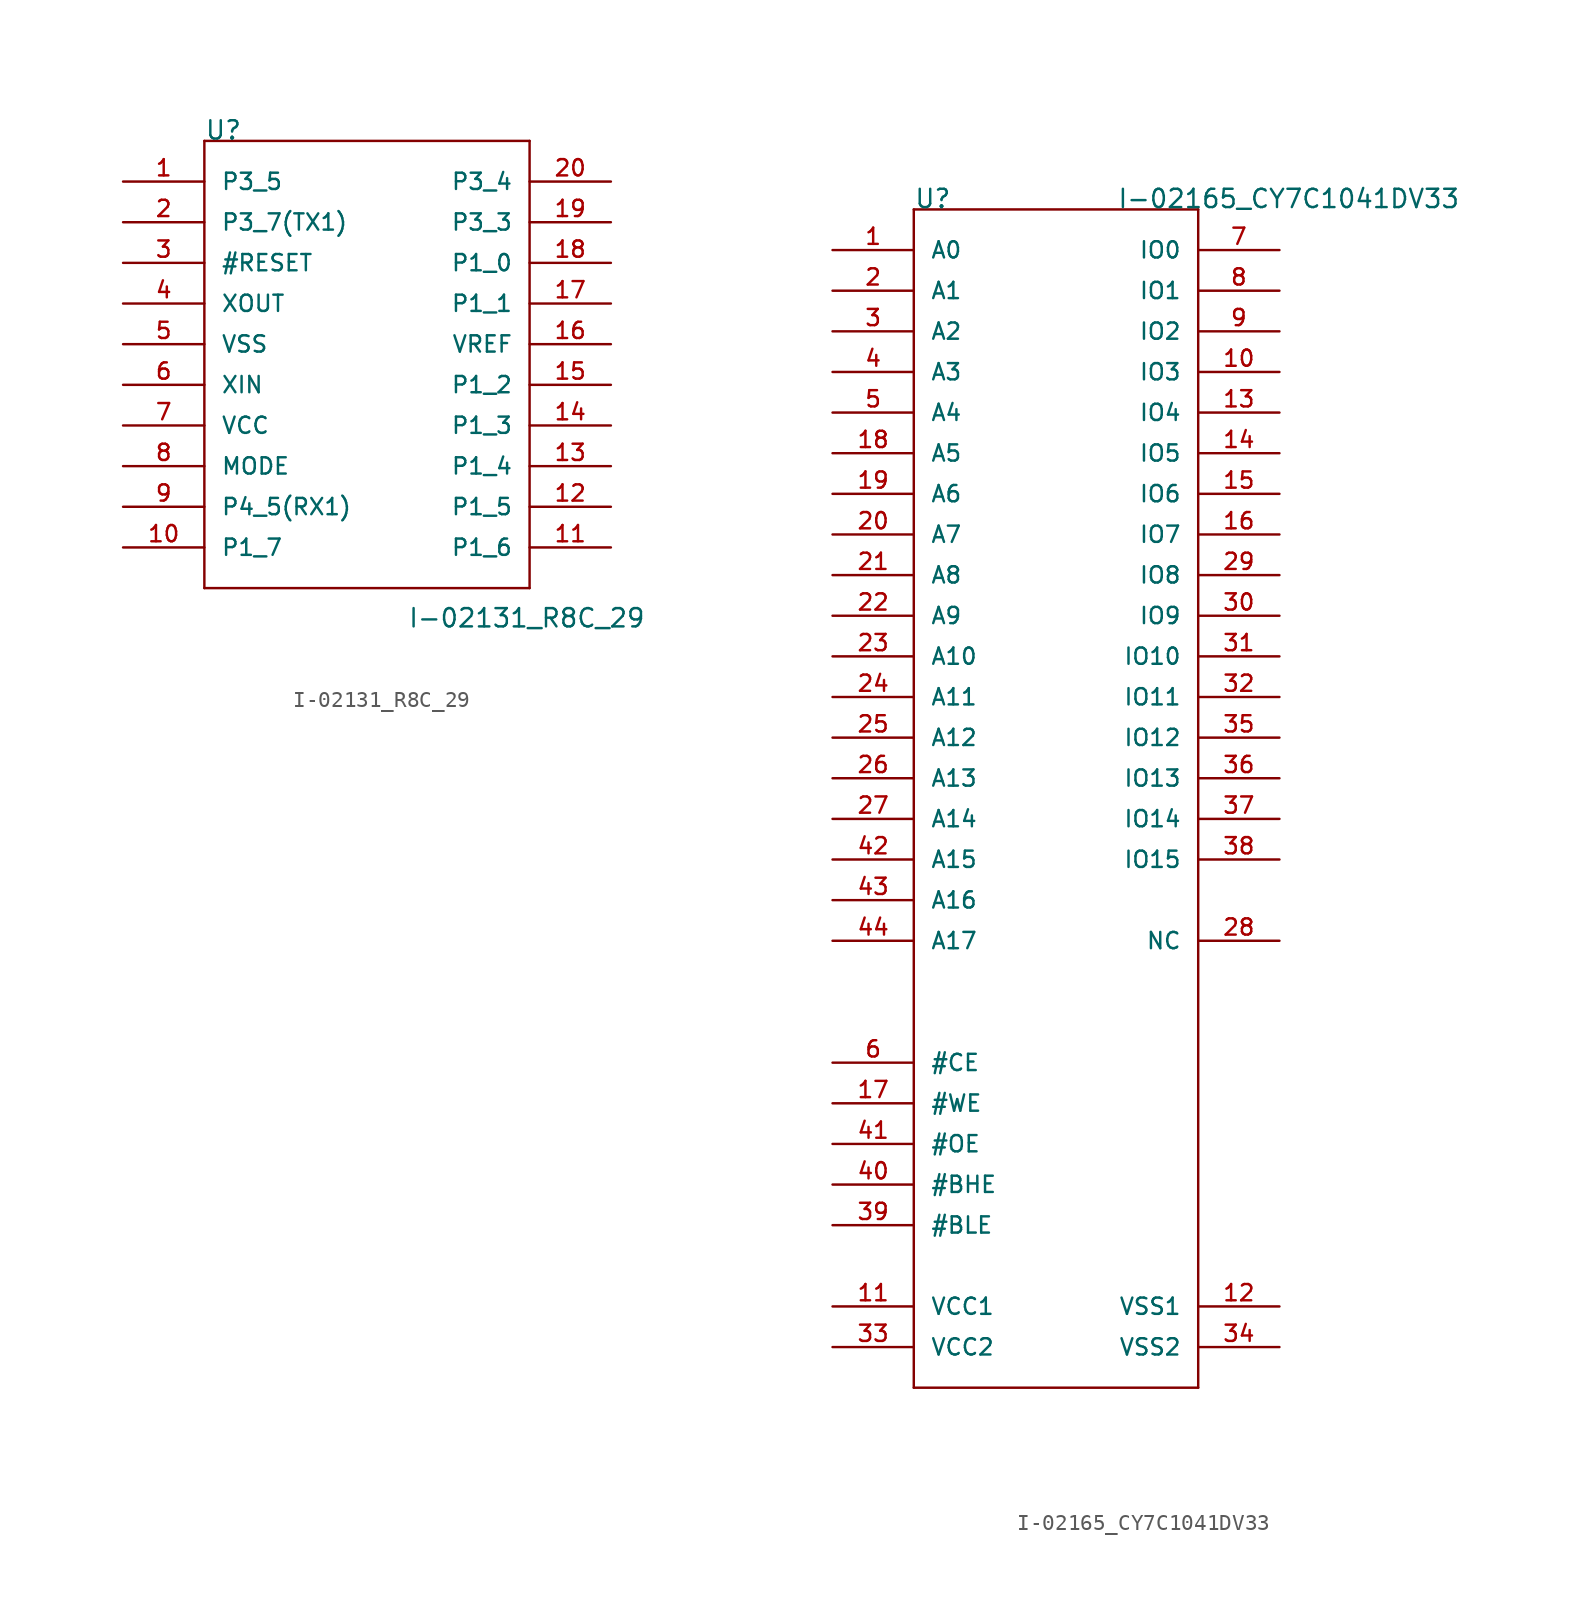
<source format=kicad_sym>
(kicad_symbol_lib
  (version 20211014)
  (generator kicad_symbol_editor)
  (symbol "I-02131_R8C_29"
    (pin_names
      (offset 1.016))
    (property "Reference" "U"
      (at -10.16 5.08 0)
      (effects (font (size 1.143 1.143)) (justify left bottom)))
    (property "Value" "I-02131_R8C_29"
      (at 2.54 -25.4 0)
      (effects (font (size 1.143 1.143)) (justify left bottom)))
    (property "ki_locked" ""
      (at 0 0 0)
      (effects (font (size 1.27 1.27))))
    (symbol "I-02131_R8C_29_1_0"
      (polyline (pts (xy -10.16 -22.86) (xy -10.16 5.08)) (stroke (width 0) (type default) (color 0 0 0 0)) (fill (type none)))
      (polyline (pts (xy -10.16 5.08) (xy 10.16 5.08)) (stroke (width 0) (type default) (color 0 0 0 0)) (fill (type none)))
      (polyline (pts (xy 10.16 -22.86) (xy -10.16 -22.86)) (stroke (width 0) (type default) (color 0 0 0 0)) (fill (type none)))
      (polyline (pts (xy 10.16 5.08) (xy 10.16 -22.86)) (stroke (width 0) (type default) (color 0 0 0 0)) (fill (type none))))
    (symbol "I-02131_R8C_29_1_1"
      (pin bidirectional line (at -15.24 2.54 0) (length 5.08) (name "P3_5" (effects (font (size 1.016 1.016)))) (number "1" (effects (font (size 1.016 1.016)))))
      (pin bidirectional line (at -15.24 -20.32 0) (length 5.08) (name "P1_7" (effects (font (size 1.016 1.016)))) (number "10" (effects (font (size 1.016 1.016)))))
      (pin bidirectional line (at 15.24 -20.32 180) (length 5.08) (name "P1_6" (effects (font (size 1.016 1.016)))) (number "11" (effects (font (size 1.016 1.016)))))
      (pin bidirectional line (at 15.24 -17.78 180) (length 5.08) (name "P1_5" (effects (font (size 1.016 1.016)))) (number "12" (effects (font (size 1.016 1.016)))))
      (pin bidirectional line (at 15.24 -15.24 180) (length 5.08) (name "P1_4" (effects (font (size 1.016 1.016)))) (number "13" (effects (font (size 1.016 1.016)))))
      (pin bidirectional line (at 15.24 -12.7 180) (length 5.08) (name "P1_3" (effects (font (size 1.016 1.016)))) (number "14" (effects (font (size 1.016 1.016)))))
      (pin bidirectional line (at 15.24 -10.16 180) (length 5.08) (name "P1_2" (effects (font (size 1.016 1.016)))) (number "15" (effects (font (size 1.016 1.016)))))
      (pin bidirectional line (at 15.24 -7.62 180) (length 5.08) (name "VREF" (effects (font (size 1.016 1.016)))) (number "16" (effects (font (size 1.016 1.016)))))
      (pin bidirectional line (at 15.24 -5.08 180) (length 5.08) (name "P1_1" (effects (font (size 1.016 1.016)))) (number "17" (effects (font (size 1.016 1.016)))))
      (pin bidirectional line (at 15.24 -2.54 180) (length 5.08) (name "P1_0" (effects (font (size 1.016 1.016)))) (number "18" (effects (font (size 1.016 1.016)))))
      (pin bidirectional line (at 15.24 0 180) (length 5.08) (name "P3_3" (effects (font (size 1.016 1.016)))) (number "19" (effects (font (size 1.016 1.016)))))
      (pin bidirectional line (at -15.24 0 0) (length 5.08) (name "P3_7(TX1)" (effects (font (size 1.016 1.016)))) (number "2" (effects (font (size 1.016 1.016)))))
      (pin bidirectional line (at 15.24 2.54 180) (length 5.08) (name "P3_4" (effects (font (size 1.016 1.016)))) (number "20" (effects (font (size 1.016 1.016)))))
      (pin bidirectional line (at -15.24 -2.54 0) (length 5.08) (name "#RESET" (effects (font (size 1.016 1.016)))) (number "3" (effects (font (size 1.016 1.016)))))
      (pin bidirectional line (at -15.24 -5.08 0) (length 5.08) (name "XOUT" (effects (font (size 1.016 1.016)))) (number "4" (effects (font (size 1.016 1.016)))))
      (pin bidirectional line (at -15.24 -7.62 0) (length 5.08) (name "VSS" (effects (font (size 1.016 1.016)))) (number "5" (effects (font (size 1.016 1.016)))))
      (pin bidirectional line (at -15.24 -10.16 0) (length 5.08) (name "XIN" (effects (font (size 1.016 1.016)))) (number "6" (effects (font (size 1.016 1.016)))))
      (pin bidirectional line (at -15.24 -12.7 0) (length 5.08) (name "VCC" (effects (font (size 1.016 1.016)))) (number "7" (effects (font (size 1.016 1.016)))))
      (pin bidirectional line (at -15.24 -15.24 0) (length 5.08) (name "MODE" (effects (font (size 1.016 1.016)))) (number "8" (effects (font (size 1.016 1.016)))))
      (pin bidirectional line (at -15.24 -17.78 0) (length 5.08) (name "P4_5(RX1)" (effects (font (size 1.016 1.016)))) (number "9" (effects (font (size 1.016 1.016)))))))
  (symbol "I-02165_CY7C1041DV33"
    (pin_names
      (offset 1.016))
    (property "Reference" "U"
      (at -25.4 30.48 0)
      (effects (font (size 1.143 1.143)) (justify left bottom)))
    (property "Value" "I-02165_CY7C1041DV33"
      (at -12.7 30.48 0)
      (effects (font (size 1.143 1.143)) (justify left bottom)))
    (property "ki_locked" ""
      (at 0 0 0)
      (effects (font (size 1.27 1.27))))
    (symbol "I-02165_CY7C1041DV33_1_0"
      (polyline (pts (xy -25.4 -43.18) (xy -7.62 -43.18)) (stroke (width 0) (type default) (color 0 0 0 0)) (fill (type none)))
      (polyline (pts (xy -25.4 30.48) (xy -25.4 -43.18)) (stroke (width 0) (type default) (color 0 0 0 0)) (fill (type none)))
      (polyline (pts (xy -7.62 -43.18) (xy -7.62 30.48)) (stroke (width 0) (type default) (color 0 0 0 0)) (fill (type none)))
      (polyline (pts (xy -7.62 30.48) (xy -25.4 30.48)) (stroke (width 0) (type default) (color 0 0 0 0)) (fill (type none))))
    (symbol "I-02165_CY7C1041DV33_1_1"
      (pin bidirectional line (at -30.48 27.94 0) (length 5.08) (name "A0" (effects (font (size 1.016 1.016)))) (number "1" (effects (font (size 1.016 1.016)))))
      (pin bidirectional line (at -2.54 20.32 180) (length 5.08) (name "IO3" (effects (font (size 1.016 1.016)))) (number "10" (effects (font (size 1.016 1.016)))))
      (pin bidirectional line (at -30.48 -38.1 0) (length 5.08) (name "VCC1" (effects (font (size 1.016 1.016)))) (number "11" (effects (font (size 1.016 1.016)))))
      (pin bidirectional line (at -2.54 -38.1 180) (length 5.08) (name "VSS1" (effects (font (size 1.016 1.016)))) (number "12" (effects (font (size 1.016 1.016)))))
      (pin bidirectional line (at -2.54 17.78 180) (length 5.08) (name "IO4" (effects (font (size 1.016 1.016)))) (number "13" (effects (font (size 1.016 1.016)))))
      (pin bidirectional line (at -2.54 15.24 180) (length 5.08) (name "IO5" (effects (font (size 1.016 1.016)))) (number "14" (effects (font (size 1.016 1.016)))))
      (pin bidirectional line (at -2.54 12.7 180) (length 5.08) (name "IO6" (effects (font (size 1.016 1.016)))) (number "15" (effects (font (size 1.016 1.016)))))
      (pin bidirectional line (at -2.54 10.16 180) (length 5.08) (name "IO7" (effects (font (size 1.016 1.016)))) (number "16" (effects (font (size 1.016 1.016)))))
      (pin bidirectional line (at -30.48 -25.4 0) (length 5.08) (name "#WE" (effects (font (size 1.016 1.016)))) (number "17" (effects (font (size 1.016 1.016)))))
      (pin bidirectional line (at -30.48 15.24 0) (length 5.08) (name "A5" (effects (font (size 1.016 1.016)))) (number "18" (effects (font (size 1.016 1.016)))))
      (pin bidirectional line (at -30.48 12.7 0) (length 5.08) (name "A6" (effects (font (size 1.016 1.016)))) (number "19" (effects (font (size 1.016 1.016)))))
      (pin bidirectional line (at -30.48 25.4 0) (length 5.08) (name "A1" (effects (font (size 1.016 1.016)))) (number "2" (effects (font (size 1.016 1.016)))))
      (pin bidirectional line (at -30.48 10.16 0) (length 5.08) (name "A7" (effects (font (size 1.016 1.016)))) (number "20" (effects (font (size 1.016 1.016)))))
      (pin bidirectional line (at -30.48 7.62 0) (length 5.08) (name "A8" (effects (font (size 1.016 1.016)))) (number "21" (effects (font (size 1.016 1.016)))))
      (pin bidirectional line (at -30.48 5.08 0) (length 5.08) (name "A9" (effects (font (size 1.016 1.016)))) (number "22" (effects (font (size 1.016 1.016)))))
      (pin bidirectional line (at -30.48 2.54 0) (length 5.08) (name "A10" (effects (font (size 1.016 1.016)))) (number "23" (effects (font (size 1.016 1.016)))))
      (pin bidirectional line (at -30.48 0 0) (length 5.08) (name "A11" (effects (font (size 1.016 1.016)))) (number "24" (effects (font (size 1.016 1.016)))))
      (pin bidirectional line (at -30.48 -2.54 0) (length 5.08) (name "A12" (effects (font (size 1.016 1.016)))) (number "25" (effects (font (size 1.016 1.016)))))
      (pin bidirectional line (at -30.48 -5.08 0) (length 5.08) (name "A13" (effects (font (size 1.016 1.016)))) (number "26" (effects (font (size 1.016 1.016)))))
      (pin bidirectional line (at -30.48 -7.62 0) (length 5.08) (name "A14" (effects (font (size 1.016 1.016)))) (number "27" (effects (font (size 1.016 1.016)))))
      (pin bidirectional line (at -2.54 -15.24 180) (length 5.08) (name "NC" (effects (font (size 1.016 1.016)))) (number "28" (effects (font (size 1.016 1.016)))))
      (pin bidirectional line (at -2.54 7.62 180) (length 5.08) (name "IO8" (effects (font (size 1.016 1.016)))) (number "29" (effects (font (size 1.016 1.016)))))
      (pin bidirectional line (at -30.48 22.86 0) (length 5.08) (name "A2" (effects (font (size 1.016 1.016)))) (number "3" (effects (font (size 1.016 1.016)))))
      (pin bidirectional line (at -2.54 5.08 180) (length 5.08) (name "IO9" (effects (font (size 1.016 1.016)))) (number "30" (effects (font (size 1.016 1.016)))))
      (pin bidirectional line (at -2.54 2.54 180) (length 5.08) (name "IO10" (effects (font (size 1.016 1.016)))) (number "31" (effects (font (size 1.016 1.016)))))
      (pin bidirectional line (at -2.54 0 180) (length 5.08) (name "IO11" (effects (font (size 1.016 1.016)))) (number "32" (effects (font (size 1.016 1.016)))))
      (pin bidirectional line (at -30.48 -40.64 0) (length 5.08) (name "VCC2" (effects (font (size 1.016 1.016)))) (number "33" (effects (font (size 1.016 1.016)))))
      (pin bidirectional line (at -2.54 -40.64 180) (length 5.08) (name "VSS2" (effects (font (size 1.016 1.016)))) (number "34" (effects (font (size 1.016 1.016)))))
      (pin bidirectional line (at -2.54 -2.54 180) (length 5.08) (name "IO12" (effects (font (size 1.016 1.016)))) (number "35" (effects (font (size 1.016 1.016)))))
      (pin bidirectional line (at -2.54 -5.08 180) (length 5.08) (name "IO13" (effects (font (size 1.016 1.016)))) (number "36" (effects (font (size 1.016 1.016)))))
      (pin bidirectional line (at -2.54 -7.62 180) (length 5.08) (name "IO14" (effects (font (size 1.016 1.016)))) (number "37" (effects (font (size 1.016 1.016)))))
      (pin bidirectional line (at -2.54 -10.16 180) (length 5.08) (name "IO15" (effects (font (size 1.016 1.016)))) (number "38" (effects (font (size 1.016 1.016)))))
      (pin bidirectional line (at -30.48 -33.02 0) (length 5.08) (name "#BLE" (effects (font (size 1.016 1.016)))) (number "39" (effects (font (size 1.016 1.016)))))
      (pin bidirectional line (at -30.48 20.32 0) (length 5.08) (name "A3" (effects (font (size 1.016 1.016)))) (number "4" (effects (font (size 1.016 1.016)))))
      (pin bidirectional line (at -30.48 -30.48 0) (length 5.08) (name "#BHE" (effects (font (size 1.016 1.016)))) (number "40" (effects (font (size 1.016 1.016)))))
      (pin bidirectional line (at -30.48 -27.94 0) (length 5.08) (name "#OE" (effects (font (size 1.016 1.016)))) (number "41" (effects (font (size 1.016 1.016)))))
      (pin bidirectional line (at -30.48 -10.16 0) (length 5.08) (name "A15" (effects (font (size 1.016 1.016)))) (number "42" (effects (font (size 1.016 1.016)))))
      (pin bidirectional line (at -30.48 -12.7 0) (length 5.08) (name "A16" (effects (font (size 1.016 1.016)))) (number "43" (effects (font (size 1.016 1.016)))))
      (pin bidirectional line (at -30.48 -15.24 0) (length 5.08) (name "A17" (effects (font (size 1.016 1.016)))) (number "44" (effects (font (size 1.016 1.016)))))
      (pin bidirectional line (at -30.48 17.78 0) (length 5.08) (name "A4" (effects (font (size 1.016 1.016)))) (number "5" (effects (font (size 1.016 1.016)))))
      (pin bidirectional line (at -30.48 -22.86 0) (length 5.08) (name "#CE" (effects (font (size 1.016 1.016)))) (number "6" (effects (font (size 1.016 1.016)))))
      (pin bidirectional line (at -2.54 27.94 180) (length 5.08) (name "IO0" (effects (font (size 1.016 1.016)))) (number "7" (effects (font (size 1.016 1.016)))))
      (pin bidirectional line (at -2.54 25.4 180) (length 5.08) (name "IO1" (effects (font (size 1.016 1.016)))) (number "8" (effects (font (size 1.016 1.016)))))
      (pin bidirectional line (at -2.54 22.86 180) (length 5.08) (name "IO2" (effects (font (size 1.016 1.016)))) (number "9" (effects (font (size 1.016 1.016))))))))
</source>
